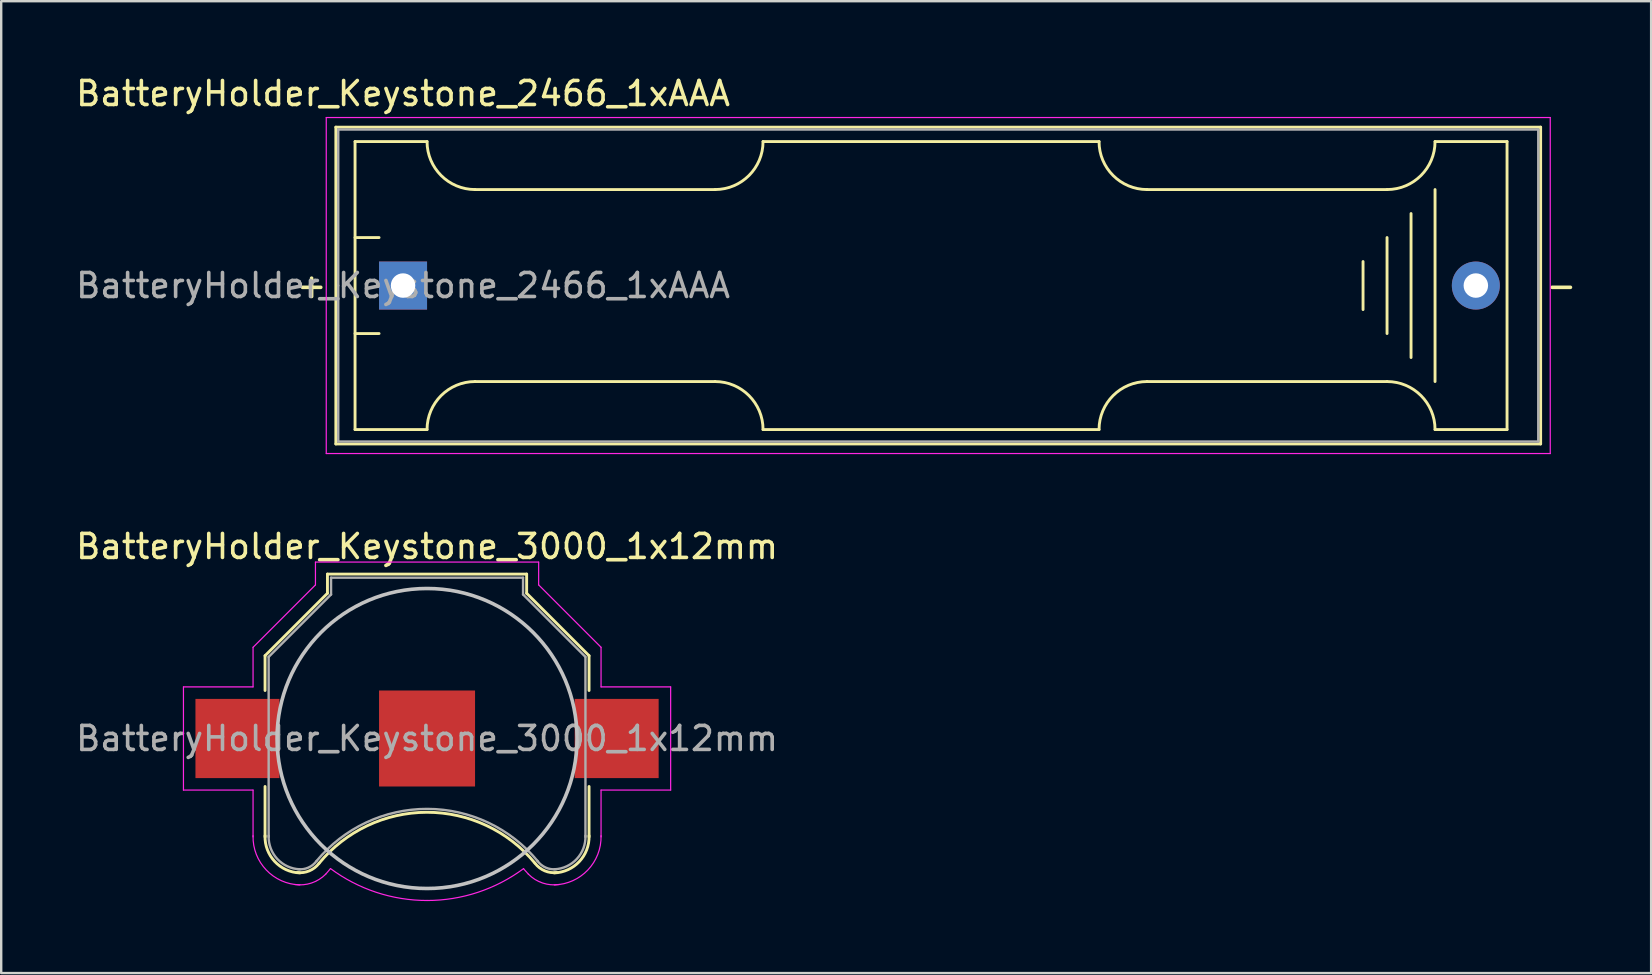
<source format=kicad_pcb>
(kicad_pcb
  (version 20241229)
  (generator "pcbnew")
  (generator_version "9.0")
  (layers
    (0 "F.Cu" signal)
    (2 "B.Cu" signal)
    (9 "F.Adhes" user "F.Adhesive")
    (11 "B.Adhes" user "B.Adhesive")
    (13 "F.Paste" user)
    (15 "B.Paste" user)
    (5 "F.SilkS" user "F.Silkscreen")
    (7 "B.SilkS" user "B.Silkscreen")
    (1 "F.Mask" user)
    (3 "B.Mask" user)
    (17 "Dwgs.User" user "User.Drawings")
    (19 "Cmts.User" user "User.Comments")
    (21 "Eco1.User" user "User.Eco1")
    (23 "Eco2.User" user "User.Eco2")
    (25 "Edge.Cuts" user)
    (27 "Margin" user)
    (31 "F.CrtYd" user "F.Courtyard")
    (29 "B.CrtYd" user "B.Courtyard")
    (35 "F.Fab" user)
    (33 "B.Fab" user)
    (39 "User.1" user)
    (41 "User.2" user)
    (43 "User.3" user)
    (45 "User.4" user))
  (footprint "BatteryHolder_Keystone_3000_1x12mm"
    (layer "F.Cu")
    (at 14.744 27.721)
    (property "Reference" "BatteryHolder_Keystone_3000_1x12mm" (at 0 -8 0) (layer "F.SilkS") (effects (font (size 1 1) (thickness 0.15))))
    (attr smd)
    (fp_line (start -6.75 -3.45) (end -4.15 -6.05) (stroke (width 0.12) (type solid)) (layer "F.SilkS"))
    (fp_line (start -6.75 -2) (end -6.75 -3.45) (stroke (width 0.12) (type solid)) (layer "F.SilkS"))
    (fp_line (start -6.75 2) (end -6.75 4.1) (stroke (width 0.12) (type solid)) (layer "F.SilkS"))
    (fp_line (start -4.15 -6.85) (end 4.15 -6.85) (stroke (width 0.12) (type solid)) (layer "F.SilkS"))
    (fp_line (start -4.15 -6.05) (end -4.15 -6.85) (stroke (width 0.12) (type solid)) (layer "F.SilkS"))
    (fp_line (start 4.15 -6.85) (end 4.15 -6.05) (stroke (width 0.12) (type solid)) (layer "F.SilkS"))
    (fp_line (start 4.15 -6.05) (end 6.75 -3.45) (stroke (width 0.12) (type solid)) (layer "F.SilkS"))
    (fp_line (start 6.75 -3.45) (end 6.75 -2) (stroke (width 0.12) (type solid)) (layer "F.SilkS"))
    (fp_line (start 6.75 2) (end 6.75 4.1) (stroke (width 0.12) (type solid)) (layer "F.SilkS"))
    (fp_arc (start -5.3 5.6) (mid -6.346016 5.125305) (end -6.75 4.05) (stroke (width 0.12) (type solid)) (layer "F.SilkS"))
    (fp_arc (start -4.5 5.2) (mid -4.90584 5.514615) (end -5.414615 5.58416) (stroke (width 0.12) (type solid)) (layer "F.SilkS"))
    (fp_arc (start -4.5 5.2) (mid -0.007341 3.0742) (end 4.490661 5.188671) (stroke (width 0.12) (type solid)) (layer "F.SilkS"))
    (fp_arc (start 5.414615 5.58416) (mid 4.90584 5.514615) (end 4.5 5.2) (stroke (width 0.12) (type solid)) (layer "F.SilkS"))
    (fp_arc (start 6.75 4.05) (mid 6.346016 5.125305) (end 5.3 5.6) (stroke (width 0.12) (type solid)) (layer "F.SilkS"))
    (fp_circle (center 0 0) (end 0 6.25) (stroke (width 0.15) (type solid)) (fill no) (layer "Dwgs.User"))
    (fp_line (start -10.15 -2.15) (end -10.15 2.15) (stroke (width 0.05) (type solid)) (layer "F.CrtYd"))
    (fp_line (start -10.15 2.15) (end -7.25 2.15) (stroke (width 0.05) (type solid)) (layer "F.CrtYd"))
    (fp_line (start -7.25 -3.8) (end -4.65 -6.4) (stroke (width 0.05) (type solid)) (layer "F.CrtYd"))
    (fp_line (start -7.25 -2.15) (end -10.15 -2.15) (stroke (width 0.05) (type solid)) (layer "F.CrtYd"))
    (fp_line (start -7.25 -2.15) (end -7.25 -3.8) (stroke (width 0.05) (type solid)) (layer "F.CrtYd"))
    (fp_line (start -7.25 2.15) (end -7.25 4.1) (stroke (width 0.05) (type solid)) (layer "F.CrtYd"))
    (fp_line (start -4.65 -7.35) (end 4.65 -7.35) (stroke (width 0.05) (type solid)) (layer "F.CrtYd"))
    (fp_line (start -4.65 -6.4) (end -4.65 -7.35) (stroke (width 0.05) (type solid)) (layer "F.CrtYd"))
    (fp_line (start 4.65 -6.4) (end 4.65 -7.35) (stroke (width 0.05) (type solid)) (layer "F.CrtYd"))
    (fp_line (start 7.25 -3.8) (end 4.65 -6.4) (stroke (width 0.05) (type solid)) (layer "F.CrtYd"))
    (fp_line (start 7.25 -2.15) (end 7.25 -3.8) (stroke (width 0.05) (type solid)) (layer "F.CrtYd"))
    (fp_line (start 7.25 -2.15) (end 10.15 -2.15) (stroke (width 0.05) (type solid)) (layer "F.CrtYd"))
    (fp_line (start 7.25 2.15) (end 7.25 4.1) (stroke (width 0.05) (type solid)) (layer "F.CrtYd"))
    (fp_line (start 10.15 -2.15) (end 10.15 2.15) (stroke (width 0.05) (type solid)) (layer "F.CrtYd"))
    (fp_line (start 10.15 2.15) (end 7.25 2.15) (stroke (width 0.05) (type solid)) (layer "F.CrtYd"))
    (fp_arc (start -5.3 6.1) (mid -6.699569 5.478858) (end -7.25 4.05) (stroke (width 0.05) (type solid)) (layer "F.CrtYd"))
    (fp_arc (start -4.22 5.65) (mid -4.814553 6.021742) (end -5.513125 6.082436) (stroke (width 0.05) (type solid)) (layer "F.CrtYd"))
    (fp_arc (start -4.22 5.65) (mid -4.123743 5.534157) (end -4.024388 5.42096) (stroke (width 0.05) (type solid)) (layer "F.CrtYd"))
    (fp_arc (start 0 6.75) (mid -2.119449 6.408622) (end -4.024518 5.419018) (stroke (width 0.05) (type solid)) (layer "F.CrtYd"))
    (fp_arc (start 4.024518 5.419018) (mid 2.119449 6.408622) (end 0 6.75) (stroke (width 0.05) (type solid)) (layer "F.CrtYd"))
    (fp_arc (start 4.02471 5.432858) (mid 4.123824 5.540108) (end 4.22 5.65) (stroke (width 0.05) (type solid)) (layer "F.CrtYd"))
    (fp_arc (start 5.513125 6.082436) (mid 4.814553 6.021742) (end 4.22 5.65) (stroke (width 0.05) (type solid)) (layer "F.CrtYd"))
    (fp_arc (start 7.25 4.05) (mid 6.699569 5.478858) (end 5.3 6.1) (stroke (width 0.05) (type solid)) (layer "F.CrtYd"))
    (fp_line (start -6.6 -3.4) (end -6.6 4.1) (stroke (width 0.1) (type solid)) (layer "F.Fab"))
    (fp_line (start -4 -6.7) (end -4 -6) (stroke (width 0.1) (type solid)) (layer "F.Fab"))
    (fp_line (start -4 -6.7) (end 4 -6.7) (stroke (width 0.1) (type solid)) (layer "F.Fab"))
    (fp_line (start -4 -6) (end -6.6 -3.4) (stroke (width 0.1) (type solid)) (layer "F.Fab"))
    (fp_line (start 4 -6.7) (end 4 -6) (stroke (width 0.1) (type solid)) (layer "F.Fab"))
    (fp_line (start 4 -6) (end 6.6 -3.4) (stroke (width 0.1) (type solid)) (layer "F.Fab"))
    (fp_line (start 6.6 -3.4) (end 6.6 4.1) (stroke (width 0.1) (type solid)) (layer "F.Fab"))
    (fp_arc (start -5.3 5.45) (mid -6.239949 5.019239) (end -6.6 4.05) (stroke (width 0.1) (type solid)) (layer "F.Fab"))
    (fp_arc (start -4.6 5.1) (mid -4.942443 5.378013) (end -5.378013 5.447558) (stroke (width 0.1) (type solid)) (layer "F.Fab"))
    (fp_arc (start -4.6 5.1) (mid 0.006214 2.93343) (end 4.607905 5.109589) (stroke (width 0.1) (type solid)) (layer "F.Fab"))
    (fp_arc (start 5.378013 5.447558) (mid 4.942442 5.378013) (end 4.6 5.1) (stroke (width 0.1) (type solid)) (layer "F.Fab"))
    (fp_arc (start 6.6 4.05) (mid 6.239949 5.019239) (end 5.3 5.45) (stroke (width 0.1) (type solid)) (layer "F.Fab"))
    (fp_text user "${REFERENCE}" (at 0 0 0) (layer "F.Fab") (effects (font (size 1 1) (thickness 0.15))))
    (pad "1" smd rect (at -7.9 0) (size 3.5 3.3) (layers "F.Cu" "F.Mask" "F.Paste"))
    (pad "1" smd rect (at 7.9 0) (size 3.5 3.3) (layers "F.Cu" "F.Mask" "F.Paste"))
    (pad "2" smd rect (at 0 0) (size 4 4) (layers "F.Cu" "F.Mask")))
  (footprint "BatteryHolder_Keystone_2466_1xAAA"
    (layer "F.Cu")
    (at 13.744 8.848)
    (property "Reference" "BatteryHolder_Keystone_2466_1xAAA" (at 0 -8 180) (layer "F.SilkS") (effects (font (size 1 1) (thickness 0.15))))
    (attr through_hole)
    (fp_line (start -2.8 -6.6) (end -2.8 6.6) (stroke (width 0.12) (type solid)) (layer "F.SilkS"))
    (fp_line (start -2.8 6.6) (end 47.4 6.6) (stroke (width 0.12) (type solid)) (layer "F.SilkS"))
    (fp_line (start -2 -6) (end -2 6) (stroke (width 0.12) (type solid)) (layer "F.SilkS"))
    (fp_line (start -2 -6) (end 1 -6) (stroke (width 0.12) (type solid)) (layer "F.SilkS"))
    (fp_line (start -2 -2) (end -1 -2) (stroke (width 0.12) (type solid)) (layer "F.SilkS"))
    (fp_line (start -2 6) (end 1 6) (stroke (width 0.12) (type solid)) (layer "F.SilkS"))
    (fp_line (start -1 2) (end -2 2) (stroke (width 0.12) (type solid)) (layer "F.SilkS"))
    (fp_line (start 3 -4) (end 13 -4) (stroke (width 0.12) (type solid)) (layer "F.SilkS"))
    (fp_line (start 3 4) (end 13 4) (stroke (width 0.12) (type solid)) (layer "F.SilkS"))
    (fp_line (start 15 6) (end 29 6) (stroke (width 0.12) (type solid)) (layer "F.SilkS"))
    (fp_line (start 29 -6) (end 15 -6) (stroke (width 0.12) (type solid)) (layer "F.SilkS"))
    (fp_line (start 40 -1) (end 40 1) (stroke (width 0.12) (type solid)) (layer "F.SilkS"))
    (fp_line (start 41 -4) (end 31 -4) (stroke (width 0.12) (type solid)) (layer "F.SilkS"))
    (fp_line (start 41 -2) (end 41 2) (stroke (width 0.12) (type solid)) (layer "F.SilkS"))
    (fp_line (start 41 4) (end 31 4) (stroke (width 0.12) (type solid)) (layer "F.SilkS"))
    (fp_line (start 42 3) (end 42 -3) (stroke (width 0.12) (type solid)) (layer "F.SilkS"))
    (fp_line (start 43 -4) (end 43 4) (stroke (width 0.12) (type solid)) (layer "F.SilkS"))
    (fp_line (start 46 -6) (end 43 -6) (stroke (width 0.12) (type solid)) (layer "F.SilkS"))
    (fp_line (start 46 -6) (end 46 6) (stroke (width 0.12) (type solid)) (layer "F.SilkS"))
    (fp_line (start 46 6) (end 43 6) (stroke (width 0.12) (type solid)) (layer "F.SilkS"))
    (fp_line (start 47.4 -6.6) (end -2.8 -6.6) (stroke (width 0.12) (type solid)) (layer "F.SilkS"))
    (fp_line (start 47.4 6.6) (end 47.4 -6.6) (stroke (width 0.12) (type solid)) (layer "F.SilkS"))
    (fp_arc (start 1 6) (mid 1.585786 4.585786) (end 3 4) (stroke (width 0.12) (type solid)) (layer "F.SilkS"))
    (fp_arc (start 3 -4) (mid 1.585786 -4.585786) (end 1 -6) (stroke (width 0.12) (type solid)) (layer "F.SilkS"))
    (fp_arc (start 13 4) (mid 14.414214 4.585786) (end 15 6) (stroke (width 0.12) (type solid)) (layer "F.SilkS"))
    (fp_arc (start 15 -6) (mid 14.414214 -4.585786) (end 13 -4) (stroke (width 0.12) (type solid)) (layer "F.SilkS"))
    (fp_arc (start 29 6) (mid 29.585786 4.585786) (end 31 4) (stroke (width 0.12) (type solid)) (layer "F.SilkS"))
    (fp_arc (start 31 -4) (mid 29.585786 -4.585786) (end 29 -6) (stroke (width 0.12) (type solid)) (layer "F.SilkS"))
    (fp_arc (start 41 4) (mid 42.414214 4.585786) (end 43 6) (stroke (width 0.12) (type solid)) (layer "F.SilkS"))
    (fp_arc (start 43 -6) (mid 42.414214 -4.585786) (end 41 -4) (stroke (width 0.12) (type solid)) (layer "F.SilkS"))
    (fp_line (start -3.2 -7) (end -3.2 7) (stroke (width 0.05) (type solid)) (layer "F.CrtYd"))
    (fp_line (start -3.2 7) (end 47.8 7) (stroke (width 0.05) (type solid)) (layer "F.CrtYd"))
    (fp_line (start 47.8 -7) (end -3.2 -7) (stroke (width 0.05) (type solid)) (layer "F.CrtYd"))
    (fp_line (start 47.8 7) (end 47.8 -7) (stroke (width 0.05) (type solid)) (layer "F.CrtYd"))
    (fp_line (start -2.7 -6.5) (end 47.3 -6.5) (stroke (width 0.1) (type solid)) (layer "F.Fab"))
    (fp_line (start -2.7 0) (end -2.7 -6.5) (stroke (width 0.1) (type solid)) (layer "F.Fab"))
    (fp_line (start -2.7 6.5) (end -2.7 0) (stroke (width 0.1) (type solid)) (layer "F.Fab"))
    (fp_line (start 47.3 -6.5) (end 47.3 6.5) (stroke (width 0.1) (type solid)) (layer "F.Fab"))
    (fp_line (start 47.3 6.5) (end -2.7 6.5) (stroke (width 0.1) (type solid)) (layer "F.Fab"))
    (fp_text user "-" (at 48.26 0 0) (layer "F.SilkS") (effects (font (size 1 1) (thickness 0.15))))
    (fp_text user "+" (at -3.81 0 0) (layer "F.SilkS") (effects (font (size 1 1) (thickness 0.15))))
    (fp_text user "${REFERENCE}" (at 0 0 0) (layer "F.Fab") (effects (font (size 1 1) (thickness 0.15))))
    (pad "1" thru_hole rect (at 0 0) (size 2 2) (drill 1.02) (layers "*.Cu" "*.Mask"))
    (pad "2" thru_hole circle (at 44.7 0) (size 2 2) (drill 1.02) (layers "*.Cu" "*.Mask")))
  (gr_rect
    (start -3 -3)
    (end 65.748 37.496)
    (stroke (width 0.1) (type default))
    (fill no)
    (layer "Edge.Cuts")))
</source>
